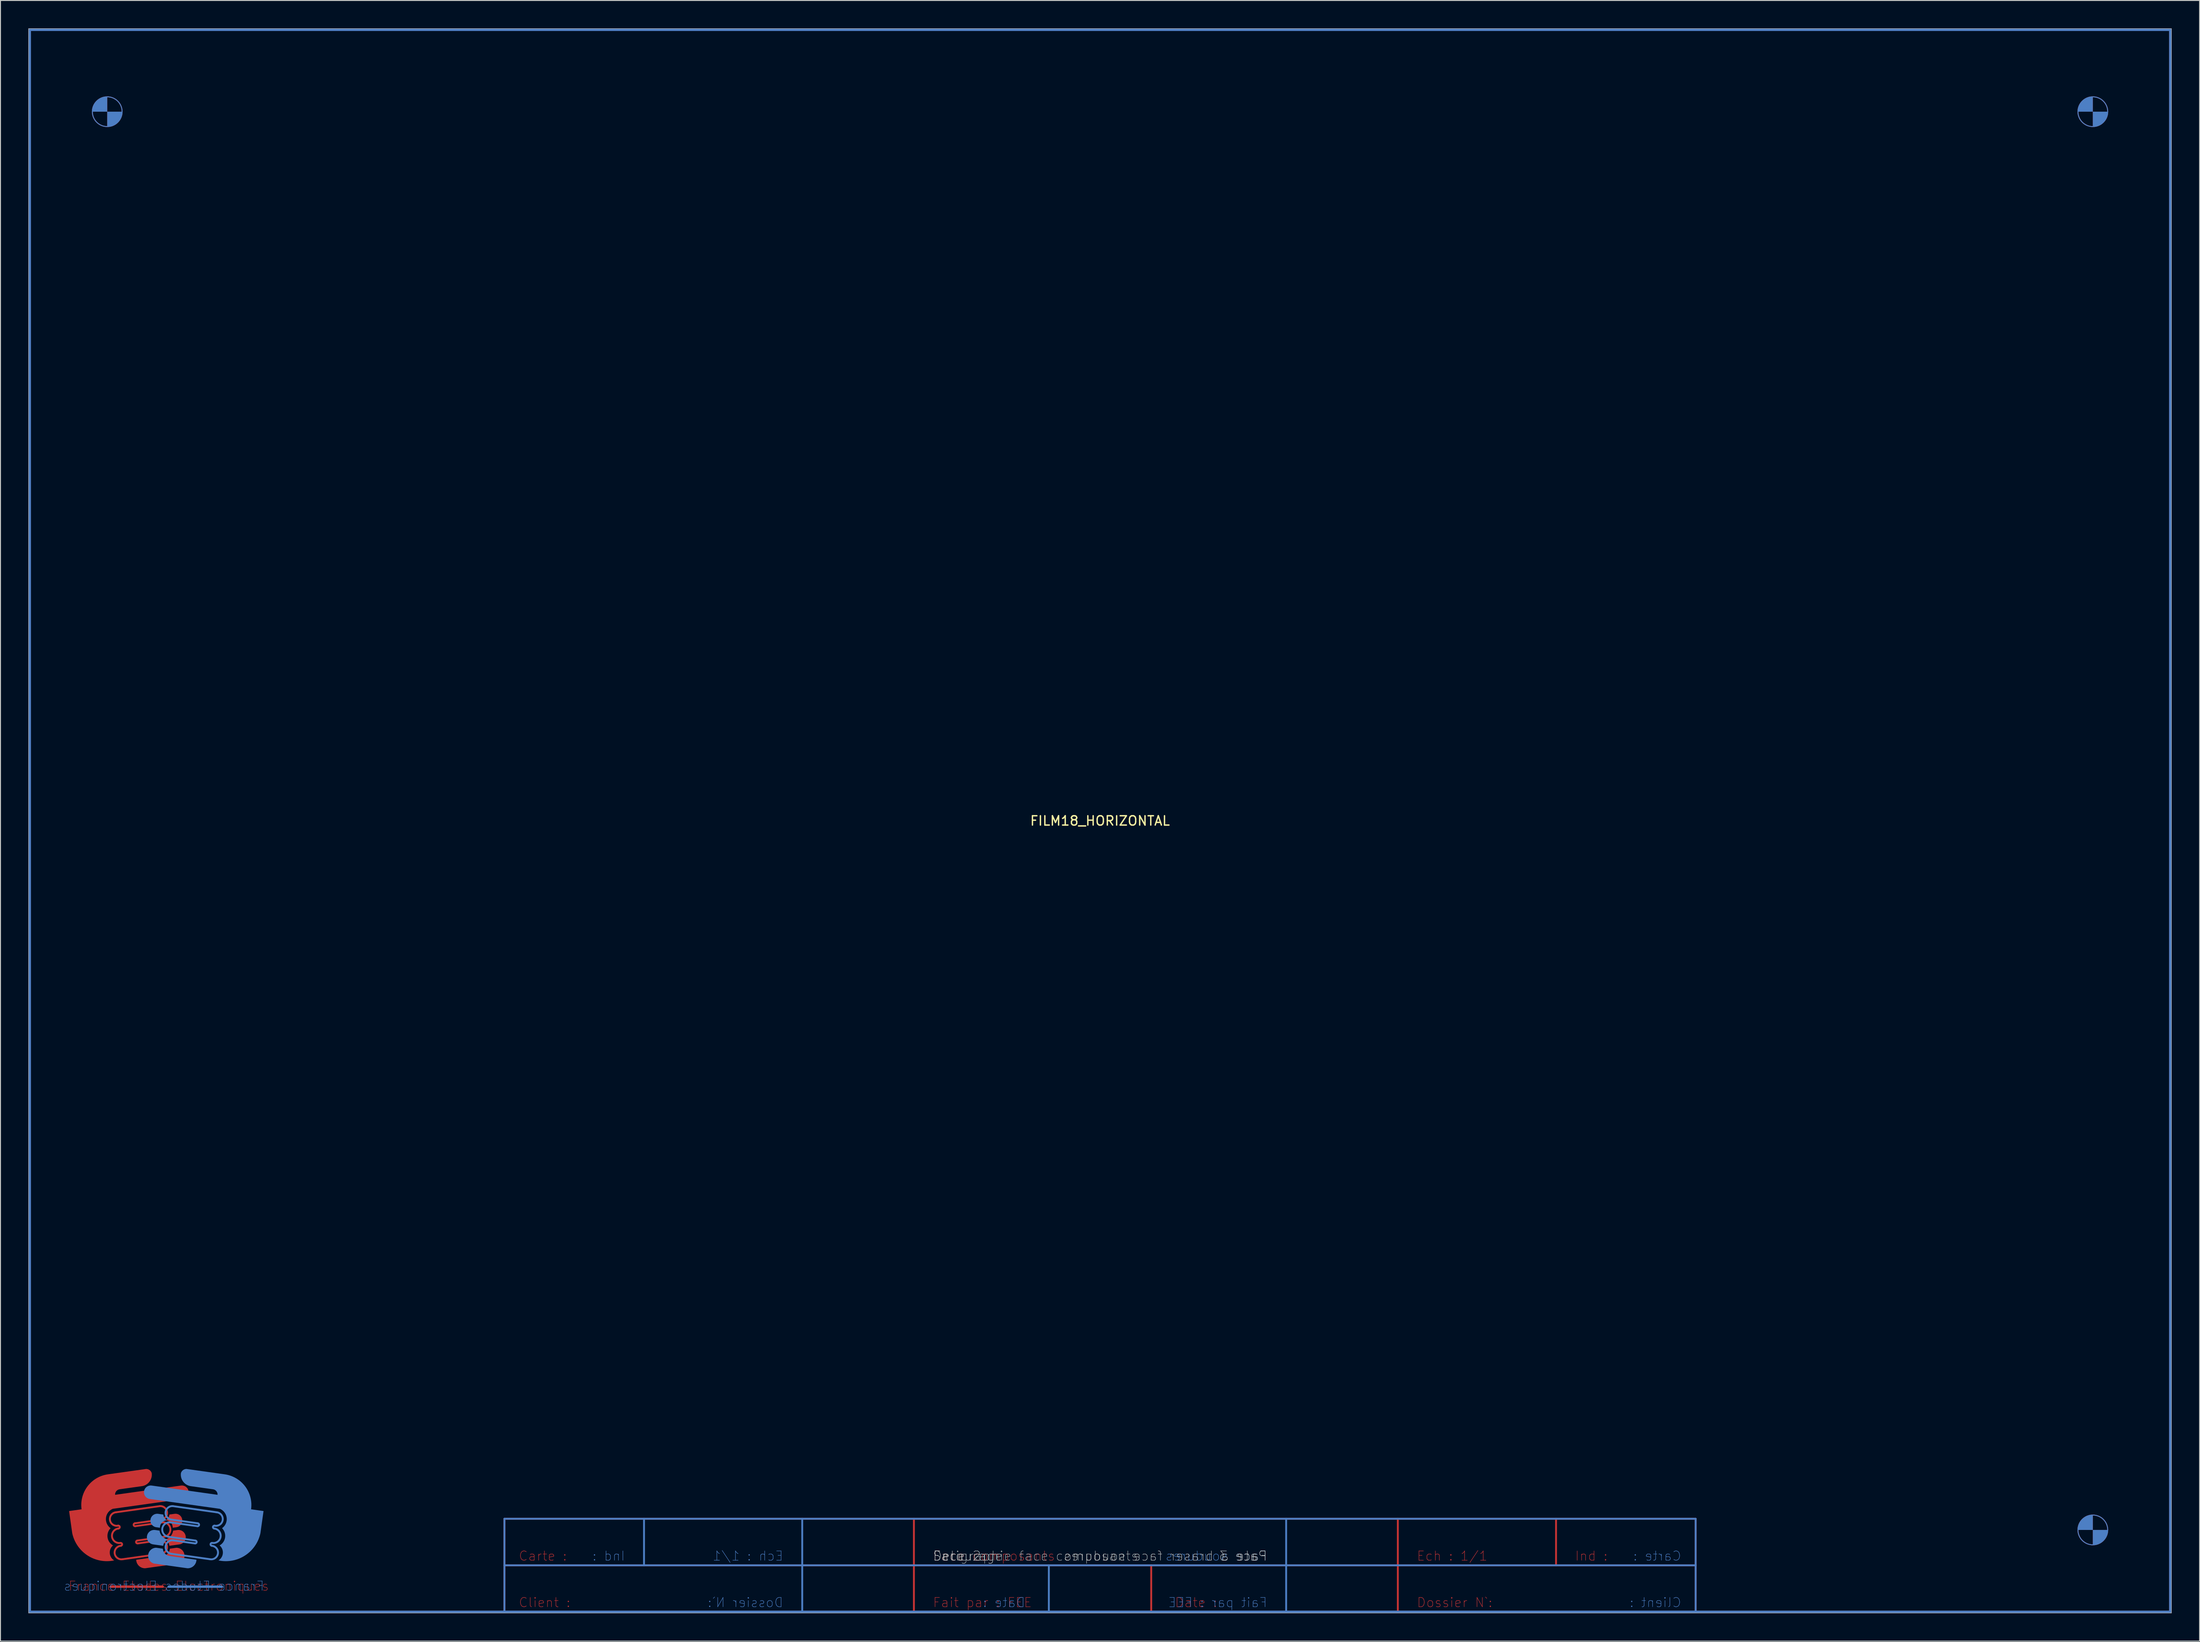
<source format=kicad_pcb>
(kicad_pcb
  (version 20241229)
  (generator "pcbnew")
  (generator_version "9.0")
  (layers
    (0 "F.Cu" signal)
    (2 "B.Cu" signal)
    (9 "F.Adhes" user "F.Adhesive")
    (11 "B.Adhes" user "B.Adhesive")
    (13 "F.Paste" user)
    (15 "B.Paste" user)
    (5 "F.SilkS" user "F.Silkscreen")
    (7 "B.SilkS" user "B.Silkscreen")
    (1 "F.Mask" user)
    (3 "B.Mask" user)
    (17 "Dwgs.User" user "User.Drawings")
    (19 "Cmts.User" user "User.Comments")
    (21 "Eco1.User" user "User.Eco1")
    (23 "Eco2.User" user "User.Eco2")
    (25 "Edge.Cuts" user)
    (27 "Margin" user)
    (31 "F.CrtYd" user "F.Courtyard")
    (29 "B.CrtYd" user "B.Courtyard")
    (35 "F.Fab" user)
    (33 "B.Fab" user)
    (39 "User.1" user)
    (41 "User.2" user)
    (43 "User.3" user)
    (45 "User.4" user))
  (footprint "FILM18_HORIZONTAL"
    (placed yes)
    (layer "F.Cu")
    (at 115.152 85.152)
    (property "Reference" "FILM18_HORIZONTAL" (at 0 0 0) (layer "F.SilkS") (effects (font (size 1 1) (thickness 0.15))))
    (attr through_hole)
    (fp_line (start -115 -85) (end -115 85) (stroke (width 0.254) (type solid)) (layer "F.Cu"))
    (fp_line (start -115 85) (end 115 85) (stroke (width 0.254) (type solid)) (layer "F.Cu"))
    (fp_line (start -106.299 82.296) (end -100.711 82.296) (stroke (width 0.254) (type solid)) (layer "F.Cu"))
    (fp_line (start -105.008 79.345) (end -100.89 78.766) (stroke (width 0.203) (type solid)) (layer "F.Cu"))
    (fp_line (start -103.713 75.488) (end -100.83 75.082) (stroke (width 0.203) (type solid)) (layer "F.Cu"))
    (fp_line (start -103.453 77.341) (end -100.57 76.936) (stroke (width 0.203) (type solid)) (layer "F.Cu"))
    (fp_line (start -101.092 77.324) (end -103.409 77.65) (stroke (width 0.203) (type solid)) (layer "F.Cu"))
    (fp_line (start -101.033 73.641) (end -105.717 74.299) (stroke (width 0.203) (type solid)) (layer "F.Cu"))
    (fp_line (start -100.787 75.391) (end -103.67 75.796) (stroke (width 0.203) (type solid)) (layer "F.Cu"))
    (fp_line (start -64 75) (end -64 85) (stroke (width 0.2) (type solid)) (layer "F.Cu"))
    (fp_line (start -64 80) (end 64 80) (stroke (width 0.2) (type solid)) (layer "F.Cu"))
    (fp_line (start -64 85) (end 64 85) (stroke (width 0.2) (type solid)) (layer "F.Cu"))
    (fp_line (start -20 75) (end -20 85) (stroke (width 0.2) (type solid)) (layer "F.Cu"))
    (fp_line (start -20 85) (end -19.5 85) (stroke (width 0.2) (type solid)) (layer "F.Cu"))
    (fp_line (start 5.5 80) (end 5.5 85) (stroke (width 0.2) (type solid)) (layer "F.Cu"))
    (fp_line (start 32 75) (end 32 85) (stroke (width 0.2) (type solid)) (layer "F.Cu"))
    (fp_line (start 49 75) (end 49 80) (stroke (width 0.2) (type solid)) (layer "F.Cu"))
    (fp_line (start 64 75) (end -64 75) (stroke (width 0.2) (type solid)) (layer "F.Cu"))
    (fp_line (start 64 85) (end 64 75) (stroke (width 0.2) (type solid)) (layer "F.Cu"))
    (fp_line (start 115 -85) (end -115 -85) (stroke (width 0.254) (type solid)) (layer "F.Cu"))
    (fp_line (start 115 85) (end 115 -85) (stroke (width 0.254) (type solid)) (layer "F.Cu"))
    (fp_arc (start -105.5149 75.740819) (mid -106.388891 75.128643) (end -105.71748 74.29929) (stroke (width 0.2032) (type solid)) (layer "F.Cu"))
    (fp_arc (start -105.5149 75.74082) (mid -105.337782 75.873435) (end -105.471501 76.049721) (stroke (width 0.2032) (type solid)) (layer "F.Cu"))
    (fp_arc (start -105.25445 77.5942) (mid -105.0783 77.72694) (end -105.21104 77.90309) (stroke (width 0.2032) (type solid)) (layer "F.Cu"))
    (fp_arc (start -105.254449 77.594201) (mid -106.164813 76.934645) (end -105.4715 76.04972) (stroke (width 0.2032) (type solid)) (layer "F.Cu"))
    (fp_arc (start -105.08 -76.2) (mid -108.27998 -76.2) (end -105.08 -76.2) (stroke (width 0.1016) (type solid)) (layer "F.Cu"))
    (fp_arc (start -105.008469 79.344621) (mid -105.878521 78.731886) (end -105.21104 77.90309) (stroke (width 0.2032) (type solid)) (layer "F.Cu"))
    (fp_arc (start -103.66959 75.79649) (mid -103.844179 75.663526) (end -103.712989 75.487599) (stroke (width 0.2032) (type solid)) (layer "F.Cu"))
    (fp_arc (start -103.40914 77.64987) (mid -103.583729 77.516906) (end -103.452539 77.340979) (stroke (width 0.2032) (type solid)) (layer "F.Cu"))
    (fp_arc (start -101.092409 77.324311) (mid -100.256708 77.941867) (end -100.88984 78.76583) (stroke (width 0.2032) (type solid)) (layer "F.Cu"))
    (fp_arc (start -101.032541 73.64093) (mid -100.254092 74.266527) (end -100.82996 75.08245) (stroke (width 0.2032) (type solid)) (layer "F.Cu"))
    (fp_arc (start -100.78655 75.39135) (mid -99.894488 76.053482) (end -100.56951 76.93583) (stroke (width 0.2032) (type solid)) (layer "F.Cu"))
    (fp_arc (start 108.28 -76.2) (mid 105.08 -76.2) (end 108.28 -76.2) (stroke (width 0.1016) (type solid)) (layer "F.Cu"))
    (fp_arc (start 108.28 76.2) (mid 105.08 76.2) (end 108.28 76.2) (stroke (width 0.1016) (type solid)) (layer "F.Cu"))
    (fp_poly (pts (xy -106.68 -77.8) (xy -106.68 -76.2) (xy -108.28 -76.2) (xy -108.274 -76.304) (xy -108.261 -76.407) (xy -108.241 -76.509) (xy -108.216 -76.609) (xy -108.184 -76.708) (xy -108.145 -76.805) (xy -108.101 -76.899) (xy -108.051 -76.99) (xy -107.996 -77.077) (xy -107.935 -77.161) (xy -107.868 -77.242) (xy -107.797 -77.317) (xy -107.722 -77.388) (xy -107.641 -77.455) (xy -107.557 -77.516) (xy -107.47 -77.571) (xy -107.379 -77.621) (xy -107.285 -77.665) (xy -107.188 -77.704) (xy -107.089 -77.736) (xy -106.989 -77.761) (xy -106.887 -77.781) (xy -106.784 -77.794) (xy -106.68 -77.8)) (stroke (width 0) (type solid)) (fill yes) (layer "F.Cu"))
    (fp_poly (pts (xy -106.68 -74.6) (xy -106.68 -76.2) (xy -105.08 -76.2) (xy -105.086 -76.096) (xy -105.099 -75.993) (xy -105.119 -75.891) (xy -105.144 -75.791) (xy -105.176 -75.692) (xy -105.215 -75.595) (xy -105.259 -75.501) (xy -105.309 -75.41) (xy -105.364 -75.323) (xy -105.425 -75.239) (xy -105.492 -75.158) (xy -105.563 -75.083) (xy -105.638 -75.012) (xy -105.719 -74.945) (xy -105.803 -74.884) (xy -105.89 -74.829) (xy -105.981 -74.779) (xy -106.075 -74.735) (xy -106.172 -74.696) (xy -106.271 -74.664) (xy -106.371 -74.639) (xy -106.473 -74.619) (xy -106.576 -74.606) (xy -106.68 -74.6)) (stroke (width 0) (type solid)) (fill yes) (layer "F.Cu"))
    (fp_poly (pts (xy 106.68 -77.8) (xy 106.68 -76.2) (xy 105.08 -76.2) (xy 105.086 -76.304) (xy 105.099 -76.407) (xy 105.119 -76.509) (xy 105.144 -76.609) (xy 105.176 -76.708) (xy 105.215 -76.805) (xy 105.259 -76.899) (xy 105.309 -76.99) (xy 105.364 -77.077) (xy 105.425 -77.161) (xy 105.492 -77.242) (xy 105.563 -77.317) (xy 105.638 -77.388) (xy 105.719 -77.455) (xy 105.803 -77.516) (xy 105.89 -77.571) (xy 105.981 -77.621) (xy 106.075 -77.665) (xy 106.172 -77.704) (xy 106.271 -77.736) (xy 106.371 -77.761) (xy 106.473 -77.781) (xy 106.576 -77.794) (xy 106.68 -77.8)) (stroke (width 0) (type solid)) (fill yes) (layer "F.Cu"))
    (fp_poly (pts (xy 106.68 -74.6) (xy 106.68 -76.2) (xy 108.28 -76.2) (xy 108.274 -76.096) (xy 108.261 -75.993) (xy 108.241 -75.891) (xy 108.216 -75.791) (xy 108.184 -75.692) (xy 108.145 -75.595) (xy 108.101 -75.501) (xy 108.051 -75.41) (xy 107.996 -75.323) (xy 107.935 -75.239) (xy 107.868 -75.158) (xy 107.797 -75.083) (xy 107.722 -75.012) (xy 107.641 -74.945) (xy 107.557 -74.884) (xy 107.47 -74.829) (xy 107.379 -74.779) (xy 107.285 -74.735) (xy 107.188 -74.696) (xy 107.089 -74.664) (xy 106.989 -74.639) (xy 106.887 -74.619) (xy 106.784 -74.606) (xy 106.68 -74.6)) (stroke (width 0) (type solid)) (fill yes) (layer "F.Cu"))
    (fp_poly (pts (xy 106.68 74.6) (xy 106.68 76.2) (xy 105.08 76.2) (xy 105.086 76.096) (xy 105.099 75.993) (xy 105.119 75.891) (xy 105.144 75.791) (xy 105.176 75.692) (xy 105.215 75.595) (xy 105.259 75.501) (xy 105.309 75.41) (xy 105.364 75.323) (xy 105.425 75.239) (xy 105.492 75.158) (xy 105.563 75.083) (xy 105.638 75.012) (xy 105.719 74.945) (xy 105.803 74.884) (xy 105.89 74.829) (xy 105.981 74.779) (xy 106.075 74.735) (xy 106.172 74.696) (xy 106.271 74.664) (xy 106.371 74.639) (xy 106.473 74.619) (xy 106.576 74.606) (xy 106.68 74.6)) (stroke (width 0) (type solid)) (fill yes) (layer "F.Cu"))
    (fp_poly (pts (xy 106.68 77.8) (xy 106.68 76.2) (xy 108.28 76.2) (xy 108.274 76.304) (xy 108.261 76.407) (xy 108.241 76.509) (xy 108.216 76.609) (xy 108.184 76.708) (xy 108.145 76.805) (xy 108.101 76.899) (xy 108.051 76.99) (xy 107.996 77.077) (xy 107.935 77.161) (xy 107.868 77.242) (xy 107.797 77.317) (xy 107.722 77.388) (xy 107.641 77.455) (xy 107.557 77.516) (xy 107.47 77.571) (xy 107.379 77.621) (xy 107.285 77.665) (xy 107.188 77.704) (xy 107.089 77.736) (xy 106.989 77.761) (xy 106.887 77.781) (xy 106.784 77.794) (xy 106.68 77.8)) (stroke (width 0) (type solid)) (fill yes) (layer "F.Cu"))
    (fp_poly (pts (xy -99.244 75.91) (xy -99.646 75.966) (xy -99.649 75.865) (xy -99.665 75.764) (xy -99.694 75.667) (xy -99.735 75.574) (xy -99.789 75.488) (xy -99.853 75.41) (xy -99.927 75.34) (xy -100.01 75.281) (xy -100.099 75.233) (xy -100.194 75.198) (xy -100.293 75.175) (xy -100.394 75.166) (xy -100.307 75.103) (xy -100.228 75.029) (xy -100.159 74.946) (xy -100.101 74.854) (xy -100.056 74.756) (xy -100.024 74.653) (xy -100.005 74.546) (xy -99.446 74.468) (xy -99.342 74.46) (xy -99.239 74.468) (xy -99.137 74.49) (xy -99.039 74.526) (xy -98.948 74.576) (xy -98.864 74.639) (xy -98.791 74.712) (xy -98.729 74.796) (xy -98.679 74.887) (xy -98.643 74.985) (xy -98.621 75.087) (xy -98.614 75.191) (xy -98.622 75.295) (xy -98.644 75.396) (xy -98.681 75.494) (xy -98.731 75.585) (xy -98.794 75.668) (xy -98.868 75.741) (xy -98.952 75.803) (xy -99.044 75.852) (xy -99.142 75.888) (xy -99.244 75.91)) (stroke (width 0) (type solid)) (fill yes) (layer "F.Cu"))
    (fp_poly (pts (xy -100 77.906) (xy -100.018 77.797) (xy -100.051 77.692) (xy -100.097 77.592) (xy -100.157 77.499) (xy -100.229 77.416) (xy -100.312 77.343) (xy -100.404 77.282) (xy -100.504 77.235) (xy -100.406 77.211) (xy -100.311 77.179) (xy -100.219 77.139) (xy -100.131 77.09) (xy -100.048 77.034) (xy -99.97 76.971) (xy -99.898 76.901) (xy -99.832 76.824) (xy -99.774 76.743) (xy -99.723 76.656) (xy -99.681 76.565) (xy -99.646 76.471) (xy -99.62 76.374) (xy -99.603 76.275) (xy -99.136 76.209) (xy -99.034 76.201) (xy -98.932 76.206) (xy -98.831 76.225) (xy -98.733 76.256) (xy -98.641 76.3) (xy -98.554 76.356) (xy -98.477 76.423) (xy -98.408 76.499) (xy -98.35 76.584) (xy -98.304 76.675) (xy -98.27 76.772) (xy -98.249 76.872) (xy -98.241 76.975) (xy -98.247 77.077) (xy -98.267 77.178) (xy -98.299 77.275) (xy -98.344 77.367) (xy -98.4 77.453) (xy -98.468 77.53) (xy -98.545 77.598) (xy -98.63 77.655) (xy -98.722 77.701) (xy -98.819 77.734) (xy -98.919 77.754) (xy -100 77.906)) (stroke (width 0) (type solid)) (fill yes) (layer "F.Cu"))
    (fp_poly (pts (xy -103.57 79.405) (xy -100.687 79) (xy -100.583 78.979) (xy -100.483 78.946) (xy -100.388 78.901) (xy -100.299 78.843) (xy -100.218 78.776) (xy -100.146 78.698) (xy -100.084 78.613) (xy -100.034 78.52) (xy -99.996 78.422) (xy -99.97 78.319) (xy -99.957 78.215) (xy -99.236 78.113) (xy -99.133 78.12) (xy -99.032 78.139) (xy -98.934 78.17) (xy -98.84 78.212) (xy -98.752 78.265) (xy -98.67 78.328) (xy -98.597 78.4) (xy -98.533 78.48) (xy -98.478 78.568) (xy -98.435 78.661) (xy -98.403 78.759) (xy -98.382 78.86) (xy -98.374 78.962) (xy -98.378 79.065) (xy -98.394 79.167) (xy -98.422 79.266) (xy -98.462 79.361) (xy -98.513 79.451) (xy -98.573 79.534) (xy -98.644 79.609) (xy -98.722 79.675) (xy -98.808 79.732) (xy -98.9 79.778) (xy -98.997 79.812) (xy -102.601 80.319) (xy -102.707 80.316) (xy -102.811 80.301) (xy -102.913 80.275) (xy -103.012 80.237) (xy -103.106 80.189) (xy -103.194 80.13) (xy -103.274 80.062) (xy -103.347 79.985) (xy -103.41 79.901) (xy -103.464 79.81) (xy -103.507 79.714) (xy -103.54 79.614) (xy -103.56 79.51) (xy -103.57 79.405)) (stroke (width 0) (type solid)) (fill yes) (layer "F.Cu"))
    (fp_poly (pts (xy -109.437 73.982) (xy -109.45 73.882) (xy -109.459 73.782) (xy -109.465 73.682) (xy -109.469 73.581) (xy -109.469 73.481) (xy -109.467 73.38) (xy -109.461 73.28) (xy -109.452 73.18) (xy -109.44 73.08) (xy -109.426 72.981) (xy -109.408 72.882) (xy -109.387 72.784) (xy -109.363 72.686) (xy -109.337 72.589) (xy -109.307 72.493) (xy -109.275 72.398) (xy -109.24 72.304) (xy -109.201 72.211) (xy -109.161 72.119) (xy -109.117 72.028) (xy -109.07 71.939) (xy -109.021 71.851) (xy -108.97 71.765) (xy -108.916 71.681) (xy -108.859 71.598) (xy -108.799 71.516) (xy -108.738 71.437) (xy -108.674 71.36) (xy -108.607 71.284) (xy -108.539 71.211) (xy -108.468 71.139) (xy -108.395 71.07) (xy -108.32 71.003) (xy -108.243 70.939) (xy -108.164 70.876) (xy -108.083 70.817) (xy -108.001 70.759) (xy -107.917 70.704) (xy -107.831 70.652) (xy -107.743 70.602) (xy -107.655 70.555) (xy -107.564 70.511) (xy -107.473 70.469) (xy -107.38 70.431) (xy -107.286 70.395) (xy -107.192 70.361) (xy -107.096 70.331) (xy -106.999 70.304) (xy -106.901 70.279) (xy -106.803 70.258) (xy -106.704 70.24) (xy -106.605 70.224) (xy -102.487 69.645) (xy -102.375 69.658) (xy -102.268 69.69) (xy -102.168 69.74) (xy -102.078 69.808) (xy -102.002 69.89) (xy -101.942 69.984) (xy -101.899 70.088) (xy -101.89 70.19) (xy -101.888 70.293) (xy -101.896 70.396) (xy -101.911 70.498) (xy -101.935 70.598) (xy -101.967 70.696) (xy -102.007 70.791) (xy -102.055 70.882) (xy -102.11 70.969) (xy -102.172 71.052) (xy -102.241 71.128) (xy -102.315 71.199) (xy -102.395 71.264) (xy -102.481 71.322) (xy -102.57 71.373) (xy -102.664 71.416) (xy -102.761 71.451) (xy -102.86 71.478) (xy -102.961 71.497) (xy -105.394 71.839) (xy -105.502 71.875) (xy -105.6 71.932) (xy -105.686 72.008) (xy -105.754 72.099) (xy -105.803 72.202) (xy -105.831 72.312) (xy -105.836 72.426) (xy -98.77 71.433) (xy -98.67 71.424) (xy -98.57 71.429) (xy -98.471 71.448) (xy -98.376 71.48) (xy -98.286 71.525) (xy -98.203 71.582) (xy -98.129 71.65) (xy -98.065 71.727) (xy -98.012 71.812) (xy -97.971 71.904) (xy -97.943 72.001) (xy -97.929 72.101) (xy -97.929 72.201) (xy -97.943 72.301) (xy -97.97 72.398) (xy -98.011 72.49) (xy -98.063 72.575) (xy -98.127 72.653) (xy -98.201 72.721) (xy -98.284 72.778) (xy -98.374 72.823) (xy -98.469 72.856) (xy -98.568 72.875) (xy -106.084 73.931) (xy -106.177 73.974) (xy -106.265 74.025) (xy -106.349 74.083) (xy -106.427 74.148) (xy -106.5 74.219) (xy -106.566 74.297) (xy -106.626 74.38) (xy -106.678 74.467) (xy -106.722 74.559) (xy -106.759 74.654) (xy -106.787 74.752) (xy -106.807 74.852) (xy -106.818 74.953) (xy -106.821 75.055) (xy -106.815 75.157) (xy -106.8 75.258) (xy -106.777 75.357) (xy -106.746 75.454) (xy -106.706 75.548) (xy -106.658 75.638) (xy -106.603 75.724) (xy -106.541 75.804) (xy -106.472 75.88) (xy -106.397 75.949) (xy -106.317 76.011) (xy -106.386 76.087) (xy -106.448 76.169) (xy -106.503 76.257) (xy -106.55 76.348) (xy -106.589 76.444) (xy -106.619 76.542) (xy -106.641 76.643) (xy -106.653 76.745) (xy -106.657 76.848) (xy -106.652 76.951) (xy -106.637 77.053) (xy -106.614 77.153) (xy -106.582 77.251) (xy -106.542 77.346) (xy -106.493 77.437) (xy -106.437 77.523) (xy -106.374 77.604) (xy -106.303 77.68) (xy -106.226 77.748) (xy -106.144 77.81) (xy -106.056 77.864) (xy -106.132 77.936) (xy -106.2 78.015) (xy -106.26 78.101) (xy -106.31 78.193) (xy -106.35 78.289) (xy -106.38 78.389) (xy -106.399 78.492) (xy -106.408 78.596) (xy -106.405 78.7) (xy -106.392 78.804) (xy -106.368 78.906) (xy -106.334 79.004) (xy -106.289 79.099) (xy -106.235 79.188) (xy -106.172 79.271) (xy -106.1 79.347) (xy -106.021 79.415) (xy -105.935 79.475) (xy -106.035 79.494) (xy -106.134 79.511) (xy -106.235 79.526) (xy -106.335 79.537) (xy -106.436 79.546) (xy -106.537 79.552) (xy -106.638 79.556) (xy -106.74 79.557) (xy -106.841 79.555) (xy -106.942 79.55) (xy -107.043 79.543) (xy -107.144 79.533) (xy -107.244 79.521) (xy -107.345 79.505) (xy -107.444 79.487) (xy -107.543 79.467) (xy -107.642 79.444) (xy -107.74 79.418) (xy -107.837 79.389) (xy -107.934 79.358) (xy -108.029 79.325) (xy -108.124 79.289) (xy -108.217 79.25) (xy -108.31 79.209) (xy -108.401 79.166) (xy -108.492 79.12) (xy -108.581 79.071) (xy -108.668 79.021) (xy -108.755 78.968) (xy -108.839 78.912) (xy -108.923 78.855) (xy -109.005 78.795) (xy -109.085 78.733) (xy -109.163 78.669) (xy -109.24 78.603) (xy -109.315 78.535) (xy -109.388 78.465) (xy -109.459 78.393) (xy -109.529 78.319) (xy -109.596 78.244) (xy -109.661 78.166) (xy -109.725 78.087) (xy -109.786 78.006) (xy -109.845 77.924) (xy -109.901 77.84) (xy -109.956 77.754) (xy -110.008 77.668) (xy -110.058 77.579) (xy -110.105 77.49) (xy -110.15 77.399) (xy -110.193 77.307) (xy -110.233 77.214) (xy -110.27 77.12) (xy -110.306 77.025) (xy -110.338 76.93) (xy -110.368 76.833) (xy -110.396 76.735) (xy -110.421 76.637) (xy -110.443 76.538) (xy -110.776 74.17) (xy -109.437 73.982)) (stroke (width 0) (type solid)) (fill yes) (layer "F.Cu"))
    (fp_line (start -115 -85) (end -115 85) (stroke (width 0.254) (type solid)) (layer "B.Cu"))
    (fp_line (start -115 85) (end 115 85) (stroke (width 0.254) (type solid)) (layer "B.Cu"))
    (fp_line (start -99.873 75.391) (end -96.99 75.796) (stroke (width 0.203) (type solid)) (layer "B.Cu"))
    (fp_line (start -99.627 73.641) (end -94.943 74.299) (stroke (width 0.203) (type solid)) (layer "B.Cu"))
    (fp_line (start -99.568 77.324) (end -97.251 77.65) (stroke (width 0.203) (type solid)) (layer "B.Cu"))
    (fp_line (start -97.207 77.341) (end -100.09 76.936) (stroke (width 0.203) (type solid)) (layer "B.Cu"))
    (fp_line (start -96.947 75.488) (end -99.83 75.082) (stroke (width 0.203) (type solid)) (layer "B.Cu"))
    (fp_line (start -95.652 79.345) (end -99.77 78.766) (stroke (width 0.203) (type solid)) (layer "B.Cu"))
    (fp_line (start -94.361 82.296) (end -100.076 82.296) (stroke (width 0.254) (type solid)) (layer "B.Cu"))
    (fp_line (start -64 75) (end 64 75) (stroke (width 0.2) (type solid)) (layer "B.Cu"))
    (fp_line (start -64 85) (end -64 75) (stroke (width 0.2) (type solid)) (layer "B.Cu"))
    (fp_line (start -49 75) (end -49 80) (stroke (width 0.2) (type solid)) (layer "B.Cu"))
    (fp_line (start -32 75) (end -32 85) (stroke (width 0.2) (type solid)) (layer "B.Cu"))
    (fp_line (start -5.5 80) (end -5.5 85) (stroke (width 0.2) (type solid)) (layer "B.Cu"))
    (fp_line (start 20 75) (end 20 85) (stroke (width 0.2) (type solid)) (layer "B.Cu"))
    (fp_line (start 20 85) (end 19.5 85) (stroke (width 0.2) (type solid)) (layer "B.Cu"))
    (fp_line (start 64 75) (end 64 85) (stroke (width 0.2) (type solid)) (layer "B.Cu"))
    (fp_line (start 64 80) (end -64 80) (stroke (width 0.2) (type solid)) (layer "B.Cu"))
    (fp_line (start 64 85) (end -64 85) (stroke (width 0.2) (type solid)) (layer "B.Cu"))
    (fp_line (start 115 -85) (end -115 -85) (stroke (width 0.254) (type solid)) (layer "B.Cu"))
    (fp_line (start 115 85) (end 115 -85) (stroke (width 0.254) (type solid)) (layer "B.Cu"))
    (fp_arc (start -105.08 -76.2) (mid -108.27998 -76.2) (end -105.08 -76.2) (stroke (width 0.1016) (type solid)) (layer "B.Cu"))
    (fp_arc (start -100.09049 76.93583) (mid -100.765513 76.053482) (end -99.87345 75.39135) (stroke (width 0.2032) (type solid)) (layer "B.Cu"))
    (fp_arc (start -99.83004 75.08245) (mid -100.40576 74.266548) (end -99.62746 73.64093) (stroke (width 0.2032) (type solid)) (layer "B.Cu"))
    (fp_arc (start -99.77016 78.76583) (mid -100.40382 77.941791) (end -99.567589 77.32431) (stroke (width 0.2032) (type solid)) (layer "B.Cu"))
    (fp_arc (start -97.207459 77.340981) (mid -97.073144 77.517347) (end -97.25086 77.64987) (stroke (width 0.2032) (type solid)) (layer "B.Cu"))
    (fp_arc (start -96.947009 75.487601) (mid -96.812694 75.663967) (end -96.99041 75.79649) (stroke (width 0.2032) (type solid)) (layer "B.Cu"))
    (fp_arc (start -95.44896 77.90309) (mid -94.781479 78.731886) (end -95.651531 79.344621) (stroke (width 0.2032) (type solid)) (layer "B.Cu"))
    (fp_arc (start -95.44896 77.90309) (mid -95.5817 77.72694) (end -95.40555 77.5942) (stroke (width 0.2032) (type solid)) (layer "B.Cu"))
    (fp_arc (start -95.188501 76.049719) (mid -95.320289 75.873704) (end -95.1451 75.74082) (stroke (width 0.2032) (type solid)) (layer "B.Cu"))
    (fp_arc (start -95.1885 76.04972) (mid -94.495187 76.934645) (end -95.405551 77.594201) (stroke (width 0.2032) (type solid)) (layer "B.Cu"))
    (fp_arc (start -94.94252 74.29929) (mid -94.271109 75.128643) (end -95.1451 75.740819) (stroke (width 0.2032) (type solid)) (layer "B.Cu"))
    (fp_arc (start 108.28 -76.2) (mid 105.08 -76.2) (end 108.28 -76.2) (stroke (width 0.1016) (type solid)) (layer "B.Cu"))
    (fp_arc (start 108.28 76.2) (mid 105.08 76.2) (end 108.28 76.2) (stroke (width 0.1016) (type solid)) (layer "B.Cu"))
    (fp_poly (pts (xy -106.68 -77.8) (xy -106.68 -76.2) (xy -108.28 -76.2) (xy -108.274 -76.304) (xy -108.261 -76.407) (xy -108.241 -76.509) (xy -108.216 -76.609) (xy -108.184 -76.708) (xy -108.145 -76.805) (xy -108.101 -76.899) (xy -108.051 -76.99) (xy -107.996 -77.077) (xy -107.935 -77.161) (xy -107.868 -77.242) (xy -107.797 -77.317) (xy -107.722 -77.388) (xy -107.641 -77.455) (xy -107.557 -77.516) (xy -107.47 -77.571) (xy -107.379 -77.621) (xy -107.285 -77.665) (xy -107.188 -77.704) (xy -107.089 -77.736) (xy -106.989 -77.761) (xy -106.887 -77.781) (xy -106.784 -77.794) (xy -106.68 -77.8)) (stroke (width 0) (type solid)) (fill yes) (layer "B.Cu"))
    (fp_poly (pts (xy -106.68 -74.6) (xy -106.68 -76.2) (xy -105.08 -76.2) (xy -105.086 -76.096) (xy -105.099 -75.993) (xy -105.119 -75.891) (xy -105.144 -75.791) (xy -105.176 -75.692) (xy -105.215 -75.595) (xy -105.259 -75.501) (xy -105.309 -75.41) (xy -105.364 -75.323) (xy -105.425 -75.239) (xy -105.492 -75.158) (xy -105.563 -75.083) (xy -105.638 -75.012) (xy -105.719 -74.945) (xy -105.803 -74.884) (xy -105.89 -74.829) (xy -105.981 -74.779) (xy -106.075 -74.735) (xy -106.172 -74.696) (xy -106.271 -74.664) (xy -106.371 -74.639) (xy -106.473 -74.619) (xy -106.576 -74.606) (xy -106.68 -74.6)) (stroke (width 0) (type solid)) (fill yes) (layer "B.Cu"))
    (fp_poly (pts (xy 106.68 -77.8) (xy 106.68 -76.2) (xy 105.08 -76.2) (xy 105.086 -76.304) (xy 105.099 -76.407) (xy 105.119 -76.509) (xy 105.144 -76.609) (xy 105.176 -76.708) (xy 105.215 -76.805) (xy 105.259 -76.899) (xy 105.309 -76.99) (xy 105.364 -77.077) (xy 105.425 -77.161) (xy 105.492 -77.242) (xy 105.563 -77.317) (xy 105.638 -77.388) (xy 105.719 -77.455) (xy 105.803 -77.516) (xy 105.89 -77.571) (xy 105.981 -77.621) (xy 106.075 -77.665) (xy 106.172 -77.704) (xy 106.271 -77.736) (xy 106.371 -77.761) (xy 106.473 -77.781) (xy 106.576 -77.794) (xy 106.68 -77.8)) (stroke (width 0) (type solid)) (fill yes) (layer "B.Cu"))
    (fp_poly (pts (xy 106.68 -74.6) (xy 106.68 -76.2) (xy 108.28 -76.2) (xy 108.274 -76.096) (xy 108.261 -75.993) (xy 108.241 -75.891) (xy 108.216 -75.791) (xy 108.184 -75.692) (xy 108.145 -75.595) (xy 108.101 -75.501) (xy 108.051 -75.41) (xy 107.996 -75.323) (xy 107.935 -75.239) (xy 107.868 -75.158) (xy 107.797 -75.083) (xy 107.722 -75.012) (xy 107.641 -74.945) (xy 107.557 -74.884) (xy 107.47 -74.829) (xy 107.379 -74.779) (xy 107.285 -74.735) (xy 107.188 -74.696) (xy 107.089 -74.664) (xy 106.989 -74.639) (xy 106.887 -74.619) (xy 106.784 -74.606) (xy 106.68 -74.6)) (stroke (width 0) (type solid)) (fill yes) (layer "B.Cu"))
    (fp_poly (pts (xy 106.68 74.6) (xy 106.68 76.2) (xy 105.08 76.2) (xy 105.086 76.096) (xy 105.099 75.993) (xy 105.119 75.891) (xy 105.144 75.791) (xy 105.176 75.692) (xy 105.215 75.595) (xy 105.259 75.501) (xy 105.309 75.41) (xy 105.364 75.323) (xy 105.425 75.239) (xy 105.492 75.158) (xy 105.563 75.083) (xy 105.638 75.012) (xy 105.719 74.945) (xy 105.803 74.884) (xy 105.89 74.829) (xy 105.981 74.779) (xy 106.075 74.735) (xy 106.172 74.696) (xy 106.271 74.664) (xy 106.371 74.639) (xy 106.473 74.619) (xy 106.576 74.606) (xy 106.68 74.6)) (stroke (width 0) (type solid)) (fill yes) (layer "B.Cu"))
    (fp_poly (pts (xy 106.68 77.8) (xy 106.68 76.2) (xy 108.28 76.2) (xy 108.274 76.304) (xy 108.261 76.407) (xy 108.241 76.509) (xy 108.216 76.609) (xy 108.184 76.708) (xy 108.145 76.805) (xy 108.101 76.899) (xy 108.051 76.99) (xy 107.996 77.077) (xy 107.935 77.161) (xy 107.868 77.242) (xy 107.797 77.317) (xy 107.722 77.388) (xy 107.641 77.455) (xy 107.557 77.516) (xy 107.47 77.571) (xy 107.379 77.621) (xy 107.285 77.665) (xy 107.188 77.704) (xy 107.089 77.736) (xy 106.989 77.761) (xy 106.887 77.781) (xy 106.784 77.794) (xy 106.68 77.8)) (stroke (width 0) (type solid)) (fill yes) (layer "B.Cu"))
    (fp_poly (pts (xy -101.416 75.91) (xy -101.517 75.887) (xy -101.614 75.851) (xy -101.705 75.801) (xy -101.788 75.739) (xy -101.861 75.666) (xy -101.923 75.583) (xy -101.973 75.493) (xy -102.01 75.396) (xy -102.032 75.295) (xy -102.039 75.191) (xy -102.032 75.088) (xy -102.011 74.987) (xy -101.975 74.89) (xy -101.926 74.798) (xy -101.864 74.715) (xy -101.791 74.642) (xy -101.709 74.579) (xy -101.618 74.529) (xy -101.521 74.492) (xy -101.42 74.47) (xy -101.317 74.461) (xy -101.214 74.468) (xy -100.655 74.546) (xy -100.636 74.653) (xy -100.604 74.756) (xy -100.559 74.854) (xy -100.501 74.946) (xy -100.432 75.029) (xy -100.353 75.103) (xy -100.266 75.166) (xy -100.367 75.175) (xy -100.466 75.198) (xy -100.561 75.233) (xy -100.65 75.281) (xy -100.733 75.34) (xy -100.807 75.41) (xy -100.871 75.488) (xy -100.925 75.574) (xy -100.966 75.667) (xy -100.995 75.764) (xy -101.011 75.865) (xy -101.014 75.966) (xy -101.416 75.91)) (stroke (width 0) (type solid)) (fill yes) (layer "B.Cu"))
    (fp_poly (pts (xy -100.66 77.906) (xy -101.741 77.754) (xy -101.841 77.734) (xy -101.938 77.701) (xy -102.03 77.655) (xy -102.115 77.598) (xy -102.192 77.53) (xy -102.26 77.453) (xy -102.316 77.367) (xy -102.361 77.275) (xy -102.393 77.178) (xy -102.413 77.077) (xy -102.419 76.975) (xy -102.411 76.872) (xy -102.39 76.772) (xy -102.356 76.675) (xy -102.31 76.584) (xy -102.252 76.499) (xy -102.183 76.423) (xy -102.106 76.356) (xy -102.019 76.3) (xy -101.927 76.256) (xy -101.829 76.225) (xy -101.728 76.206) (xy -101.626 76.201) (xy -101.524 76.209) (xy -101.057 76.275) (xy -101.04 76.374) (xy -101.014 76.471) (xy -100.979 76.565) (xy -100.937 76.656) (xy -100.886 76.743) (xy -100.828 76.824) (xy -100.762 76.901) (xy -100.69 76.971) (xy -100.612 77.034) (xy -100.529 77.09) (xy -100.441 77.139) (xy -100.349 77.179) (xy -100.254 77.211) (xy -100.156 77.235) (xy -100.256 77.282) (xy -100.348 77.343) (xy -100.431 77.416) (xy -100.503 77.499) (xy -100.563 77.592) (xy -100.609 77.692) (xy -100.642 77.797) (xy -100.66 77.906)) (stroke (width 0) (type solid)) (fill yes) (layer "B.Cu"))
    (fp_poly (pts (xy -97.09 79.405) (xy -97.1 79.51) (xy -97.12 79.614) (xy -97.153 79.714) (xy -97.196 79.81) (xy -97.25 79.901) (xy -97.313 79.985) (xy -97.386 80.062) (xy -97.466 80.13) (xy -97.554 80.189) (xy -97.648 80.237) (xy -97.747 80.275) (xy -97.849 80.301) (xy -97.953 80.316) (xy -98.059 80.319) (xy -101.663 79.812) (xy -101.76 79.778) (xy -101.852 79.732) (xy -101.938 79.675) (xy -102.016 79.609) (xy -102.087 79.534) (xy -102.147 79.451) (xy -102.198 79.361) (xy -102.238 79.266) (xy -102.266 79.167) (xy -102.282 79.065) (xy -102.286 78.962) (xy -102.278 78.86) (xy -102.257 78.759) (xy -102.225 78.661) (xy -102.182 78.568) (xy -102.127 78.48) (xy -102.063 78.4) (xy -101.99 78.328) (xy -101.908 78.265) (xy -101.82 78.212) (xy -101.726 78.17) (xy -101.628 78.139) (xy -101.527 78.12) (xy -101.424 78.113) (xy -100.703 78.215) (xy -100.69 78.319) (xy -100.664 78.422) (xy -100.626 78.52) (xy -100.576 78.613) (xy -100.514 78.698) (xy -100.442 78.776) (xy -100.361 78.843) (xy -100.272 78.901) (xy -100.177 78.946) (xy -100.077 78.979) (xy -99.973 79) (xy -97.09 79.405)) (stroke (width 0) (type solid)) (fill yes) (layer "B.Cu"))
    (fp_poly (pts (xy -91.223 73.982) (xy -89.884 74.17) (xy -90.217 76.538) (xy -90.239 76.637) (xy -90.264 76.735) (xy -90.292 76.833) (xy -90.322 76.93) (xy -90.354 77.025) (xy -90.39 77.12) (xy -90.427 77.214) (xy -90.467 77.307) (xy -90.51 77.399) (xy -90.555 77.49) (xy -90.602 77.579) (xy -90.652 77.668) (xy -90.704 77.754) (xy -90.759 77.84) (xy -90.816 77.924) (xy -90.874 78.006) (xy -90.935 78.087) (xy -90.999 78.166) (xy -91.064 78.244) (xy -91.131 78.319) (xy -91.201 78.393) (xy -91.272 78.465) (xy -91.345 78.535) (xy -91.42 78.603) (xy -91.497 78.669) (xy -91.575 78.733) (xy -91.655 78.795) (xy -91.737 78.855) (xy -91.821 78.912) (xy -91.905 78.968) (xy -91.992 79.021) (xy -92.079 79.071) (xy -92.168 79.12) (xy -92.259 79.166) (xy -92.35 79.209) (xy -92.443 79.25) (xy -92.536 79.289) (xy -92.631 79.325) (xy -92.726 79.358) (xy -92.823 79.389) (xy -92.92 79.418) (xy -93.018 79.444) (xy -93.117 79.467) (xy -93.216 79.487) (xy -93.315 79.505) (xy -93.416 79.521) (xy -93.516 79.533) (xy -93.617 79.543) (xy -93.718 79.55) (xy -93.819 79.555) (xy -93.92 79.557) (xy -94.022 79.556) (xy -94.123 79.552) (xy -94.224 79.546) (xy -94.325 79.537) (xy -94.425 79.526) (xy -94.526 79.511) (xy -94.625 79.494) (xy -94.725 79.475) (xy -94.639 79.415) (xy -94.56 79.347) (xy -94.488 79.271) (xy -94.425 79.188) (xy -94.371 79.099) (xy -94.326 79.004) (xy -94.292 78.906) (xy -94.268 78.804) (xy -94.255 78.7) (xy -94.252 78.596) (xy -94.261 78.492) (xy -94.28 78.389) (xy -94.31 78.289) (xy -94.35 78.193) (xy -94.4 78.101) (xy -94.46 78.015) (xy -94.528 77.936) (xy -94.604 77.864) (xy -94.516 77.81) (xy -94.434 77.748) (xy -94.357 77.68) (xy -94.286 77.604) (xy -94.223 77.523) (xy -94.167 77.437) (xy -94.118 77.346) (xy -94.078 77.251) (xy -94.046 77.153) (xy -94.023 77.053) (xy -94.008 76.951) (xy -94.003 76.848) (xy -94.007 76.745) (xy -94.019 76.643) (xy -94.041 76.542) (xy -94.071 76.444) (xy -94.11 76.348) (xy -94.157 76.257) (xy -94.212 76.169) (xy -94.274 76.087) (xy -94.343 76.011) (xy -94.263 75.949) (xy -94.188 75.88) (xy -94.119 75.804) (xy -94.057 75.724) (xy -94.002 75.638) (xy -93.954 75.548) (xy -93.914 75.454) (xy -93.883 75.357) (xy -93.86 75.258) (xy -93.845 75.157) (xy -93.839 75.055) (xy -93.842 74.953) (xy -93.853 74.852) (xy -93.873 74.752) (xy -93.901 74.654) (xy -93.938 74.559) (xy -93.982 74.467) (xy -94.034 74.38) (xy -94.094 74.297) (xy -94.16 74.219) (xy -94.233 74.148) (xy -94.311 74.083) (xy -94.395 74.025) (xy -94.483 73.974) (xy -94.576 73.931) (xy -102.092 72.875) (xy -102.191 72.856) (xy -102.286 72.823) (xy -102.376 72.778) (xy -102.459 72.721) (xy -102.533 72.653) (xy -102.597 72.575) (xy -102.65 72.49) (xy -102.69 72.398) (xy -102.718 72.301) (xy -102.731 72.201) (xy -102.731 72.101) (xy -102.717 72.001) (xy -102.69 71.904) (xy -102.649 71.812) (xy -102.596 71.727) (xy -102.532 71.649) (xy -102.457 71.582) (xy -102.374 71.525) (xy -102.284 71.48) (xy -102.189 71.448) (xy -102.09 71.429) (xy -101.99 71.424) (xy -101.89 71.433) (xy -94.824 72.426) (xy -94.829 72.312) (xy -94.857 72.202) (xy -94.906 72.099) (xy -94.974 72.008) (xy -95.06 71.932) (xy -95.158 71.875) (xy -95.266 71.839) (xy -97.699 71.497) (xy -97.8 71.478) (xy -97.899 71.451) (xy -97.996 71.416) (xy -98.09 71.373) (xy -98.179 71.322) (xy -98.265 71.264) (xy -98.345 71.199) (xy -98.419 71.128) (xy -98.488 71.052) (xy -98.55 70.969) (xy -98.605 70.882) (xy -98.653 70.791) (xy -98.693 70.696) (xy -98.725 70.598) (xy -98.749 70.498) (xy -98.764 70.396) (xy -98.772 70.293) (xy -98.77 70.19) (xy -98.761 70.088) (xy -98.718 69.984) (xy -98.658 69.89) (xy -98.582 69.808) (xy -98.492 69.74) (xy -98.392 69.69) (xy -98.285 69.658) (xy -98.173 69.645) (xy -94.055 70.224) (xy -93.956 70.24) (xy -93.857 70.258) (xy -93.759 70.279) (xy -93.661 70.304) (xy -93.564 70.331) (xy -93.468 70.361) (xy -93.374 70.395) (xy -93.28 70.431) (xy -93.187 70.469) (xy -93.096 70.511) (xy -93.005 70.555) (xy -92.917 70.602) (xy -92.829 70.652) (xy -92.743 70.704) (xy -92.659 70.759) (xy -92.577 70.817) (xy -92.496 70.876) (xy -92.417 70.939) (xy -92.34 71.003) (xy -92.265 71.07) (xy -92.192 71.139) (xy -92.121 71.211) (xy -92.053 71.284) (xy -91.986 71.36) (xy -91.922 71.437) (xy -91.861 71.516) (xy -91.801 71.598) (xy -91.744 71.681) (xy -91.69 71.765) (xy -91.639 71.851) (xy -91.59 71.939) (xy -91.543 72.028) (xy -91.499 72.119) (xy -91.459 72.211) (xy -91.42 72.304) (xy -91.385 72.398) (xy -91.353 72.493) (xy -91.323 72.589) (xy -91.297 72.686) (xy -91.273 72.784) (xy -91.252 72.882) (xy -91.234 72.981) (xy -91.22 73.08) (xy -91.208 73.18) (xy -91.199 73.28) (xy -91.193 73.38) (xy -91.191 73.481) (xy -91.191 73.581) (xy -91.195 73.682) (xy -91.201 73.782) (xy -91.21 73.882) (xy -91.223 73.982)) (stroke (width 0) (type solid)) (fill yes) (layer "B.Cu"))
    (fp_line (start -115.127 -85.127) (end 115.127 -85.127) (stroke (width 0.05) (type solid)) (layer "Dwgs.User"))
    (fp_line (start -115.127 85.127) (end -115.127 -85.127) (stroke (width 0.05) (type solid)) (layer "Dwgs.User"))
    (fp_line (start 115.127 -85.127) (end 115.127 85.127) (stroke (width 0.05) (type solid)) (layer "Dwgs.User"))
    (fp_line (start 115.127 85.127) (end -115.127 85.127) (stroke (width 0.05) (type solid)) (layer "Dwgs.User"))
    (fp_text user "Carte :" (at -62.5 78.996 0) (layer "F.Cu") (effects (font (size 1 1) (thickness 0.05)) (justify left)))
    (fp_text user "Date :" (at 8 83.996 0) (layer "F.Cu") (effects (font (size 1 1) (thickness 0.05)) (justify left)))
    (fp_text user "Fait par : FEE" (at -18 83.996 0) (layer "F.Cu") (effects (font (size 1 1) (thickness 0.05)) (justify left)))
    (fp_text user "Ech : 1/1" (at 34 78.996 0) (layer "F.Cu") (effects (font (size 1 1) (thickness 0.05)) (justify left)))
    (fp_text user "Face composants" (at -18 78.996 0) (layer "F.Cu") (effects (font (size 1 1) (thickness 0.05)) (justify left)))
    (fp_text user "Ind :" (at 51 78.996 0) (layer "F.Cu") (effects (font (size 1 1) (thickness 0.05)) (justify left)))
    (fp_text user "France Etudes Electroniques " (at -99.695 82.23 0) (layer "F.Cu") (effects (font (size 1 1) (thickness 0.05))))
    (fp_text user "Client :" (at -62.5 83.996 0) (layer "F.Cu") (effects (font (size 1 1) (thickness 0.05)) (justify left)))
    (fp_text user "Dossier N`:" (at 34 83.996 0) (layer "F.Cu") (effects (font (size 1 1) (thickness 0.05)) (justify left)))
    (fp_text user "Vernis epargne face composants" (at -18 78.996 0) (layer "F.Mask") (effects (font (size 1 1) (thickness 0.05)) (justify left)))
    (fp_text user "Ind :" (at -51 78.996 0) (layer "B.Cu") (effects (font (size 1 1) (thickness 0.05)) (justify left mirror)))
    (fp_text user "France Etudes Electroniques " (at -100.965 82.23 0) (layer "B.Cu") (effects (font (size 1 1) (thickness 0.05)) (justify mirror)))
    (fp_text user "Date :" (at -8 83.996 0) (layer "B.Cu") (effects (font (size 1 1) (thickness 0.05)) (justify left mirror)))
    (fp_text user "Carte :" (at 62.5 78.996 0) (layer "B.Cu") (effects (font (size 1 1) (thickness 0.05)) (justify left mirror)))
    (fp_text user "Fait par : FEE" (at 18 83.996 0) (layer "B.Cu") (effects (font (size 1 1) (thickness 0.05)) (justify left mirror)))
    (fp_text user "Client :" (at 62.5 83.996 0) (layer "B.Cu") (effects (font (size 1 1) (thickness 0.05)) (justify left mirror)))
    (fp_text user "Dossier N`:" (at -34 83.996 0) (layer "B.Cu") (effects (font (size 1 1) (thickness 0.05)) (justify left mirror)))
    (fp_text user "Ech : 1/1" (at -34 78.996 0) (layer "B.Cu") (effects (font (size 1 1) (thickness 0.05)) (justify left mirror)))
    (fp_text user "Face soudures" (at 18 78.996 0) (layer "B.Cu") (effects (font (size 1 1) (thickness 0.05)) (justify left mirror)))
    (fp_text user "Vernis epargne face soudures" (at 18 78.996 0) (layer "B.Mask") (effects (font (size 1 1) (thickness 0.05)) (justify left mirror)))
    (fp_text user "Pate a braser face composants" (at -18 78.996 0) (layer "F.Paste") (effects (font (size 1 1) (thickness 0.05)) (justify left)))
    (fp_text user "Detourage" (at -18 78.996 0) (layer "Dwgs.User") (effects (font (size 1 1) (thickness 0.05)) (justify left)))
    (fp_text user "Pate a braser face soudures" (at 18 78.996 0) (layer "Dwgs.User") (effects (font (size 1 1) (thickness 0.05)) (justify left mirror)))
    (fp_text user "Face 2" (at -18 78.996 0) (layer "Dwgs.User") (effects (font (size 1 1) (thickness 0.05)) (justify left)))
    (fp_text user "Face 3" (at 18 78.996 0) (layer "Dwgs.User") (effects (font (size 1 1) (thickness 0.05)) (justify left mirror)))
    (fp_text user "Serigraphie face composants" (at -18 78.996 0) (layer "F.Fab") (effects (font (size 1 1) (thickness 0.05)) (justify left))))
  (gr_rect
    (start -3 -3)
    (end 233.304 173.304)
    (stroke (width 0.1) (type default))
    (fill no)
    (layer "Edge.Cuts")))
</source>
